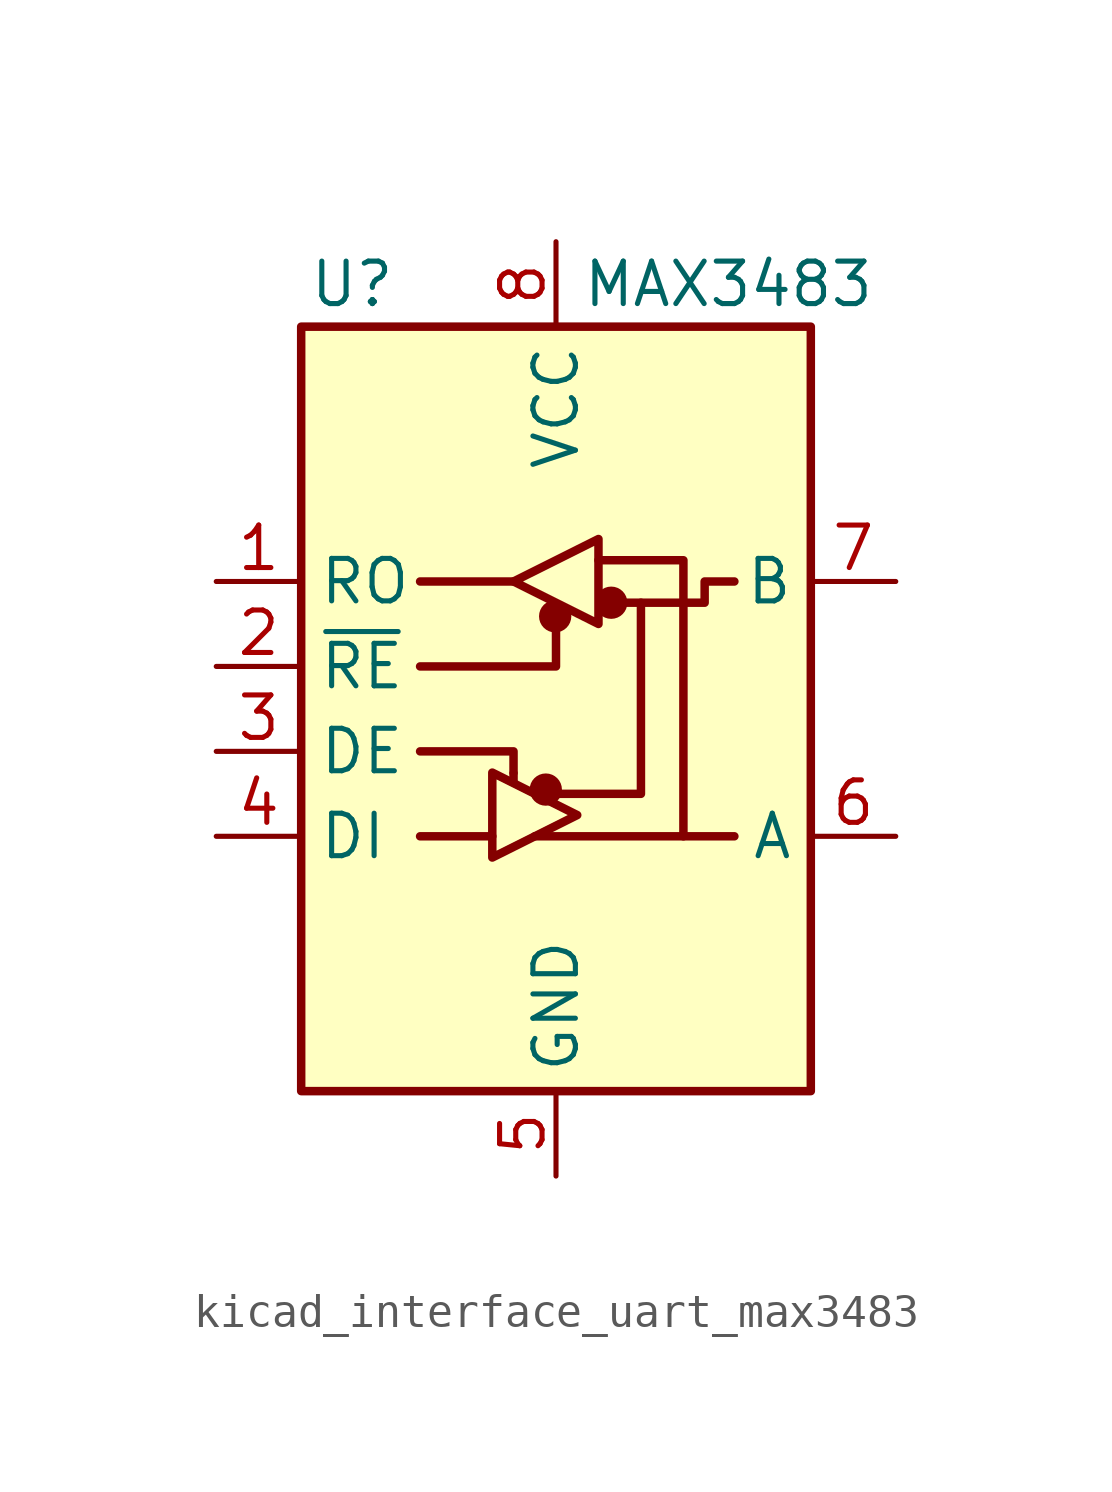
<source format=kicad_sym>
(kicad_symbol_lib
  (version 20220914)
  (generator kicad_symbol_editor)
  (symbol "kicad_interface_uart_max3483"
    (property "Reference" "U"
      (at -6.096 11.43 0)
      (effects (font (size 1.27 1.27))))
    (property "Value" "MAX3483"
      (at 0.762 11.43 0)
      (effects (font (size 1.27 1.27)) (justify left)))
    (symbol "kicad_interface_uart_max3483_0_1"
      (rectangle (start -7.62 10.16) (end 7.62 -12.7) (stroke (width 0.254) (type default)) (fill (type background)))
      (circle (center -0.305 -3.683) (radius 0.356) (stroke (width 0.254) (type default)) (fill (type outline)))
      (circle (center -0.025 1.499) (radius 0.356) (stroke (width 0.254) (type default)) (fill (type outline)))
      (polyline (pts (xy -4.064 -5.08) (xy -1.905 -5.08)) (stroke (width 0.254) (type default)) (fill (type none)))
      (polyline (pts (xy -4.064 2.54) (xy -1.27 2.54)) (stroke (width 0.254) (type default)) (fill (type none)))
      (polyline (pts (xy -1.27 -3.2) (xy -1.27 -3.454)) (stroke (width 0.254) (type default)) (fill (type none)))
      (polyline (pts (xy -0.635 -5.08) (xy 5.334 -5.08)) (stroke (width 0.254) (type default)) (fill (type none)))
      (polyline (pts (xy -4.064 -2.54) (xy -1.27 -2.54) (xy -1.27 -3.175)) (stroke (width 0.254) (type default)) (fill (type none)))
      (polyline (pts (xy 0 1.27) (xy 0 0) (xy -4.064 0)) (stroke (width 0.254) (type default)) (fill (type none)))
      (polyline (pts (xy 1.27 3.175) (xy 3.81 3.175) (xy 3.81 -5.08)) (stroke (width 0.254) (type default)) (fill (type none)))
      (polyline (pts (xy 2.54 1.905) (xy 2.54 -3.81) (xy 0 -3.81)) (stroke (width 0.254) (type default)) (fill (type none)))
      (polyline (pts (xy -1.905 -3.175) (xy -1.905 -5.715) (xy 0.635 -4.445) (xy -1.905 -3.175)) (stroke (width 0.254) (type default)) (fill (type none)))
      (polyline (pts (xy -1.27 2.54) (xy 1.27 3.81) (xy 1.27 1.27) (xy -1.27 2.54)) (stroke (width 0.254) (type default)) (fill (type none)))
      (polyline (pts (xy 1.905 1.905) (xy 4.445 1.905) (xy 4.445 2.54) (xy 5.334 2.54)) (stroke (width 0.254) (type default)) (fill (type none)))
      (rectangle (start 1.27 3.175) (end 1.27 3.175) (stroke (width 0) (type default)) (fill (type none)))
      (circle (center 1.651 1.905) (radius 0.356) (stroke (width 0.254) (type default)) (fill (type outline))))
    (symbol "kicad_interface_uart_max3483_1_1"
      (pin output line (at -10.16 2.54 0) (length 2.54) (name "RO" (effects (font (size 1.27 1.27)))) (number "1" (effects (font (size 1.27 1.27)))))
      (pin input line (at -10.16 0 0) (length 2.54) (name "~{RE}" (effects (font (size 1.27 1.27)))) (number "2" (effects (font (size 1.27 1.27)))))
      (pin input line (at -10.16 -2.54 0) (length 2.54) (name "DE" (effects (font (size 1.27 1.27)))) (number "3" (effects (font (size 1.27 1.27)))))
      (pin input line (at -10.16 -5.08 0) (length 2.54) (name "DI" (effects (font (size 1.27 1.27)))) (number "4" (effects (font (size 1.27 1.27)))))
      (pin power_in line (at 0 -15.24 90) (length 2.54) (name "GND" (effects (font (size 1.27 1.27)))) (number "5" (effects (font (size 1.27 1.27)))))
      (pin bidirectional line (at 10.16 -5.08 180) (length 2.54) (name "A" (effects (font (size 1.27 1.27)))) (number "6" (effects (font (size 1.27 1.27)))))
      (pin bidirectional line (at 10.16 2.54 180) (length 2.54) (name "B" (effects (font (size 1.27 1.27)))) (number "7" (effects (font (size 1.27 1.27)))))
      (pin power_in line (at 0 12.7 270) (length 2.54) (name "VCC" (effects (font (size 1.27 1.27)))) (number "8" (effects (font (size 1.27 1.27))))))))
</source>
